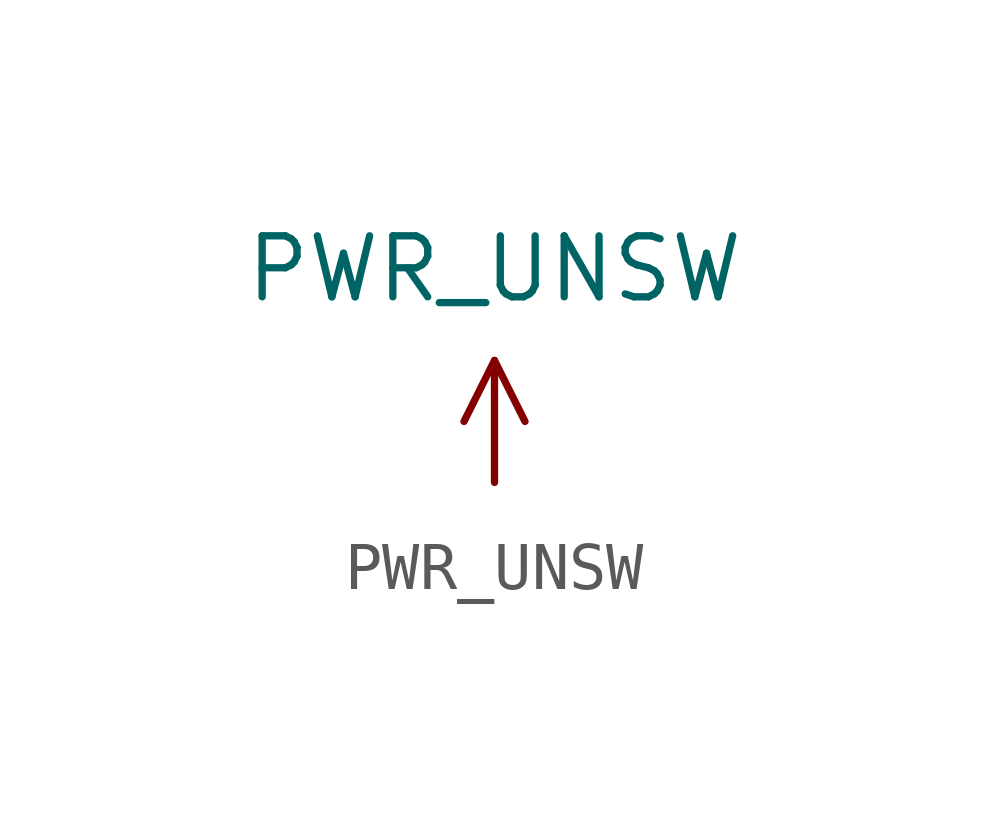
<source format=kicad_sym>
(kicad_symbol_lib
  (version 20211014)
  (generator kicad_symbol_editor)
  (symbol "PWR_UNSW"
    (power)
    (pin_names
      (offset 0))
    (property "Reference" "#PWR_UNSW"
      (at -4.445 -0.635 0)
      (effects (font (size 1.27 1.27)) hide))
    (property "Value" "PWR_UNSW"
      (at 0 3.175 0)
      (effects (font (size 1.27 1.27))))
    (symbol "PWR_UNSW_0_1"
      (polyline (pts (xy -0.635 0) (xy 0 1.27) (xy 0.635 0)) (stroke (width 0.152) (type default) (color 0 0 0 0)) (fill (type none))))
    (symbol "PWR_UNSW_1_1"
      (pin power_in line (at 0 -1.27 90) (length 2.54) (name "" (effects (font (size 1.27 1.27)))) (number "" (effects (font (size 1.27 1.27))))))))
</source>
